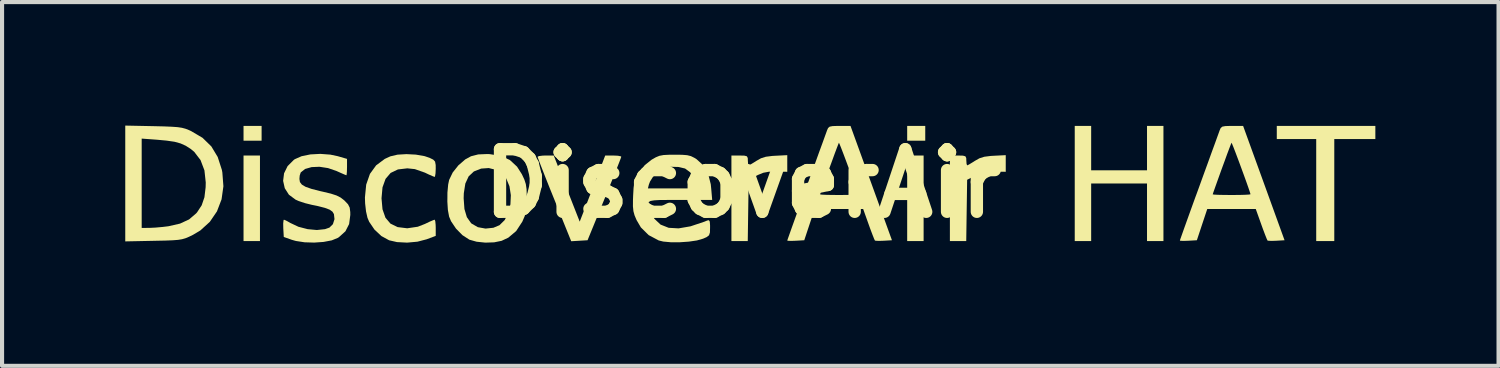
<source format=kicad_pcb>
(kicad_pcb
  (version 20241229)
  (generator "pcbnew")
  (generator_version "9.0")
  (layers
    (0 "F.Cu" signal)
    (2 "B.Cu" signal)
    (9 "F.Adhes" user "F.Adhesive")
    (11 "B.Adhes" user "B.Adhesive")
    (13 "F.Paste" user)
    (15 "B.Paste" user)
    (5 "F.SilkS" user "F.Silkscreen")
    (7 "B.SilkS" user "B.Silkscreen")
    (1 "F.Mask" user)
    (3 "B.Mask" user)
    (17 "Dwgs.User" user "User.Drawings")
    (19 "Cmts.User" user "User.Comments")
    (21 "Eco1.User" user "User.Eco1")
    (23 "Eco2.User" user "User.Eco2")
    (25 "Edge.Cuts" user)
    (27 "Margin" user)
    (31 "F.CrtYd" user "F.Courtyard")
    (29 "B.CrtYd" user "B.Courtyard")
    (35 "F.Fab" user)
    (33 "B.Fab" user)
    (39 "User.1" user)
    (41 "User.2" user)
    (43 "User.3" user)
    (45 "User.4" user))
  (footprint "DiscoverAir"
    (layer "F.Cu")
    (at 15.04 1.418)
    (property "Reference" "DiscoverAir" (at 0 0 0) (layer "F.SilkS") (effects (font (size 1.524 1.524) (thickness 0.3))))
    (attr board_only exclude_from_pos_files exclude_from_bom)
    (fp_poly (pts (xy -11.76 1.402) (xy -12.16 1.402) (xy -12.16 -0.681) (xy -11.76 -0.681)) (stroke (width 0) (type solid)) (fill yes) (layer "F.SilkS"))
    (fp_poly (pts (xy -11.72 -1.042) (xy -12.16 -1.042) (xy -12.16 -1.402) (xy -11.72 -1.402)) (stroke (width 0) (type solid)) (fill yes) (layer "F.SilkS"))
    (fp_poly (pts (xy 4.4 1.402) (xy 4 1.402) (xy 4 -0.681) (xy 4.4 -0.681)) (stroke (width 0) (type solid)) (fill yes) (layer "F.SilkS"))
    (fp_poly (pts (xy 4.44 -1.042) (xy 4 -1.042) (xy 4 -1.402) (xy 4.44 -1.402)) (stroke (width 0) (type solid)) (fill yes) (layer "F.SilkS"))
    (fp_poly (pts (xy 15.4 -1.082) (xy 14.4 -1.082) (xy 14.4 1.402) (xy 13.96 1.402) (xy 13.96 -1.082) (xy 13 -1.082) (xy 13 -1.402) (xy 15.4 -1.402)) (stroke (width 0) (type solid)) (fill yes) (layer "F.SilkS"))
    (fp_poly (pts (xy 8.48 -0.321) (xy 9.84 -0.321) (xy 9.84 -1.402) (xy 10.24 -1.402) (xy 10.24 1.402) (xy 9.84 1.402) (xy 9.84 0) (xy 8.48 0) (xy 8.48 1.402) (xy 8.08 1.402) (xy 8.08 -1.402) (xy 8.48 -1.402)) (stroke (width 0) (type solid)) (fill yes) (layer "F.SilkS"))
    (fp_poly (pts (xy 1.08 -0.285) (xy 0.806 -0.29) (xy 0.63 -0.286) (xy 0.496 -0.261) (xy 0.366 -0.208) (xy 0.336 -0.192) (xy 0.14 -0.09) (xy 0.118 1.402) (xy -0.28 1.402) (xy -0.28 -0.681) (xy -0.08 -0.681) (xy 0.038 -0.678) (xy 0.097 -0.662) (xy 0.118 -0.62) (xy 0.12 -0.561) (xy 0.126 -0.476) (xy 0.141 -0.441) (xy 0.141 -0.441) (xy 0.183 -0.461) (xy 0.269 -0.513) (xy 0.327 -0.55) (xy 0.44 -0.614) (xy 0.558 -0.651) (xy 0.715 -0.671) (xy 0.786 -0.675) (xy 1.08 -0.69)) (stroke (width 0) (type solid)) (fill yes) (layer "F.SilkS"))
    (fp_poly (pts (xy 6.4 -0.285) (xy 6.126 -0.29) (xy 5.95 -0.286) (xy 5.816 -0.261) (xy 5.686 -0.208) (xy 5.656 -0.192) (xy 5.46 -0.09) (xy 5.438 1.402) (xy 5.04 1.402) (xy 5.04 -0.681) (xy 5.24 -0.681) (xy 5.358 -0.678) (xy 5.417 -0.662) (xy 5.438 -0.62) (xy 5.44 -0.561) (xy 5.446 -0.476) (xy 5.461 -0.441) (xy 5.461 -0.441) (xy 5.503 -0.461) (xy 5.589 -0.513) (xy 5.647 -0.55) (xy 5.76 -0.614) (xy 5.878 -0.651) (xy 6.035 -0.671) (xy 6.106 -0.675) (xy 6.4 -0.69)) (stroke (width 0) (type solid)) (fill yes) (layer "F.SilkS"))
    (fp_poly (pts (xy -4.29 0.124) (xy -3.974 0.929) (xy -3.782 0.435) (xy -3.697 0.214) (xy -3.608 -0.014) (xy -3.529 -0.222) (xy -3.472 -0.371) (xy -3.353 -0.681) (xy -3.156 -0.681) (xy -3.044 -0.676) (xy -2.974 -0.662) (xy -2.962 -0.651) (xy -2.977 -0.607) (xy -3.018 -0.5) (xy -3.082 -0.338) (xy -3.165 -0.131) (xy -3.262 0.109) (xy -3.37 0.375) (xy -3.373 0.381) (xy -3.783 1.382) (xy -3.982 1.394) (xy -4.181 1.406) (xy -4.591 0.392) (xy -4.699 0.125) (xy -4.796 -0.118) (xy -4.878 -0.327) (xy -4.942 -0.492) (xy -4.984 -0.603) (xy -5 -0.65) (xy -5 -0.651) (xy -4.964 -0.668) (xy -4.872 -0.679) (xy -4.803 -0.681) (xy -4.606 -0.681)) (stroke (width 0) (type solid)) (fill yes) (layer "F.SilkS"))
    (fp_poly (pts (xy -7.963 -0.703) (xy -7.751 -0.666) (xy -7.63 -0.625) (xy -7.541 -0.581) (xy -7.496 -0.533) (xy -7.481 -0.451) (xy -7.48 -0.36) (xy -7.485 -0.246) (xy -7.497 -0.174) (xy -7.506 -0.16) (xy -7.553 -0.177) (xy -7.649 -0.219) (xy -7.743 -0.264) (xy -7.988 -0.35) (xy -8.172 -0.369) (xy -8.401 -0.342) (xy -8.578 -0.257) (xy -8.702 -0.112) (xy -8.776 0.094) (xy -8.8 0.361) (xy -8.776 0.629) (xy -8.704 0.834) (xy -8.582 0.977) (xy -8.408 1.062) (xy -8.18 1.09) (xy -8.169 1.09) (xy -7.917 1.053) (xy -7.743 0.985) (xy -7.626 0.929) (xy -7.538 0.892) (xy -7.506 0.881) (xy -7.491 0.917) (xy -7.482 1.009) (xy -7.48 1.079) (xy -7.48 1.276) (xy -7.702 1.359) (xy -7.925 1.417) (xy -8.177 1.44) (xy -8.423 1.427) (xy -8.615 1.383) (xy -8.803 1.28) (xy -8.972 1.122) (xy -9.101 0.932) (xy -9.142 0.835) (xy -9.177 0.681) (xy -9.199 0.488) (xy -9.204 0.342) (xy -9.173 0.027) (xy -9.082 -0.234) (xy -8.931 -0.442) (xy -8.72 -0.599) (xy -8.585 -0.661) (xy -8.411 -0.702) (xy -8.193 -0.715)) (stroke (width 0) (type solid)) (fill yes) (layer "F.SilkS"))
    (fp_poly (pts (xy -14.35 -1.396) (xy -14.095 -1.39) (xy -13.905 -1.382) (xy -13.765 -1.372) (xy -13.659 -1.356) (xy -13.573 -1.333) (xy -13.491 -1.301) (xy -13.438 -1.277) (xy -13.158 -1.112) (xy -12.944 -0.903) (xy -12.789 -0.646) (xy -12.688 -0.333) (xy -12.676 -0.27) (xy -12.65 0.067) (xy -12.695 0.386) (xy -12.807 0.679) (xy -12.981 0.934) (xy -13.211 1.143) (xy -13.39 1.25) (xy -13.489 1.298) (xy -13.573 1.333) (xy -13.657 1.357) (xy -13.756 1.373) (xy -13.886 1.383) (xy -14.063 1.39) (xy -14.302 1.395) (xy -14.349 1.396) (xy -15.04 1.41) (xy -15.04 -1.093) (xy -14.64 -1.093) (xy -14.64 1.082) (xy -14.45 1.081) (xy -14.306 1.074) (xy -14.127 1.058) (xy -13.988 1.041) (xy -13.707 0.977) (xy -13.486 0.875) (xy -13.312 0.726) (xy -13.29 0.7) (xy -13.179 0.531) (xy -13.112 0.335) (xy -13.083 0.093) (xy -13.08 -0.025) (xy -13.112 -0.32) (xy -13.207 -0.57) (xy -13.361 -0.771) (xy -13.443 -0.839) (xy -13.566 -0.918) (xy -13.692 -0.975) (xy -13.841 -1.016) (xy -14.033 -1.044) (xy -14.27 -1.066) (xy -14.64 -1.093) (xy -15.04 -1.093) (xy -15.04 -1.41)) (stroke (width 0) (type solid)) (fill yes) (layer "F.SilkS"))
    (fp_poly (pts (xy -6.167 -0.715) (xy -5.895 -0.671) (xy -5.675 -0.572) (xy -5.5 -0.41) (xy -5.382 -0.225) (xy -5.322 -0.097) (xy -5.286 0.015) (xy -5.268 0.139) (xy -5.263 0.308) (xy -5.263 0.357) (xy -5.267 0.544) (xy -5.282 0.681) (xy -5.315 0.799) (xy -5.37 0.926) (xy -5.372 0.93) (xy -5.521 1.158) (xy -5.712 1.319) (xy -5.876 1.396) (xy -6.058 1.433) (xy -6.272 1.44) (xy -6.484 1.418) (xy -6.657 1.369) (xy -6.662 1.367) (xy -6.83 1.258) (xy -6.986 1.099) (xy -7.107 0.919) (xy -7.154 0.807) (xy -7.184 0.646) (xy -7.197 0.44) (xy -7.196 0.361) (xy -6.8 0.361) (xy -6.781 0.622) (xy -6.722 0.82) (xy -6.62 0.964) (xy -6.607 0.976) (xy -6.454 1.064) (xy -6.267 1.098) (xy -6.076 1.078) (xy -5.928 1.016) (xy -5.801 0.891) (xy -5.711 0.714) (xy -5.661 0.505) (xy -5.651 0.284) (xy -5.684 0.07) (xy -5.761 -0.117) (xy -5.831 -0.211) (xy -5.993 -0.326) (xy -6.188 -0.376) (xy -6.373 -0.363) (xy -6.551 -0.293) (xy -6.678 -0.174) (xy -6.759 0.001) (xy -6.796 0.237) (xy -6.8 0.361) (xy -7.196 0.361) (xy -7.195 0.221) (xy -7.177 0.024) (xy -7.153 -0.088) (xy -7.067 -0.267) (xy -6.928 -0.442) (xy -6.762 -0.586) (xy -6.621 -0.663) (xy -6.445 -0.708) (xy -6.229 -0.717)) (stroke (width 0) (type solid)) (fill yes) (layer "F.SilkS"))
    (fp_poly (pts (xy 2.62 -1.402) (xy 3.125 -0.01) (xy 3.629 1.382) (xy 3.43 1.394) (xy 3.312 1.398) (xy 3.232 1.394) (xy 3.214 1.389) (xy 3.194 1.346) (xy 3.154 1.245) (xy 3.1 1.102) (xy 3.062 0.996) (xy 2.928 0.621) (xy 1.747 0.621) (xy 1.62 1.002) (xy 1.494 1.382) (xy 1.287 1.394) (xy 1.171 1.398) (xy 1.096 1.395) (xy 1.08 1.389) (xy 1.093 1.349) (xy 1.131 1.242) (xy 1.189 1.078) (xy 1.266 0.864) (xy 1.357 0.611) (xy 1.46 0.326) (xy 1.483 0.265) (xy 1.88 0.265) (xy 1.917 0.271) (xy 2.019 0.276) (xy 2.169 0.279) (xy 2.34 0.28) (xy 2.521 0.279) (xy 2.669 0.275) (xy 2.767 0.269) (xy 2.8 0.262) (xy 2.787 0.217) (xy 2.752 0.113) (xy 2.701 -0.032) (xy 2.638 -0.206) (xy 2.57 -0.392) (xy 2.502 -0.576) (xy 2.439 -0.743) (xy 2.387 -0.878) (xy 2.351 -0.966) (xy 2.338 -0.993) (xy 2.321 -0.953) (xy 2.283 -0.854) (xy 2.229 -0.71) (xy 2.166 -0.536) (xy 2.097 -0.349) (xy 2.03 -0.162) (xy 1.969 0.008) (xy 1.92 0.146) (xy 1.888 0.237) (xy 1.88 0.265) (xy 1.483 0.265) (xy 1.545 0.095) (xy 1.656 -0.212) (xy 1.761 -0.5) (xy 1.854 -0.758) (xy 1.934 -0.976) (xy 1.995 -1.145) (xy 2.035 -1.255) (xy 2.048 -1.292) (xy 2.074 -1.351) (xy 2.113 -1.384) (xy 2.186 -1.398) (xy 2.312 -1.402) (xy 2.354 -1.402)) (stroke (width 0) (type solid)) (fill yes) (layer "F.SilkS"))
    (fp_poly (pts (xy 12.18 -1.402) (xy 12.685 -0.01) (xy 13.189 1.382) (xy 12.99 1.394) (xy 12.872 1.398) (xy 12.792 1.394) (xy 12.774 1.389) (xy 12.754 1.346) (xy 12.714 1.245) (xy 12.66 1.102) (xy 12.622 0.996) (xy 12.488 0.621) (xy 11.307 0.621) (xy 11.18 1.002) (xy 11.054 1.382) (xy 10.847 1.394) (xy 10.731 1.398) (xy 10.656 1.395) (xy 10.64 1.389) (xy 10.653 1.349) (xy 10.691 1.242) (xy 10.749 1.078) (xy 10.826 0.864) (xy 10.917 0.611) (xy 11.02 0.326) (xy 11.043 0.265) (xy 11.44 0.265) (xy 11.477 0.271) (xy 11.579 0.276) (xy 11.729 0.279) (xy 11.9 0.28) (xy 12.081 0.279) (xy 12.229 0.275) (xy 12.327 0.269) (xy 12.36 0.262) (xy 12.347 0.217) (xy 12.312 0.113) (xy 12.261 -0.032) (xy 12.198 -0.206) (xy 12.13 -0.392) (xy 12.062 -0.576) (xy 11.999 -0.743) (xy 11.947 -0.878) (xy 11.911 -0.966) (xy 11.898 -0.993) (xy 11.881 -0.953) (xy 11.843 -0.854) (xy 11.789 -0.71) (xy 11.726 -0.536) (xy 11.657 -0.349) (xy 11.59 -0.162) (xy 11.529 0.008) (xy 11.48 0.146) (xy 11.448 0.237) (xy 11.44 0.265) (xy 11.043 0.265) (xy 11.105 0.095) (xy 11.216 -0.212) (xy 11.321 -0.5) (xy 11.414 -0.758) (xy 11.494 -0.976) (xy 11.555 -1.145) (xy 11.595 -1.255) (xy 11.608 -1.292) (xy 11.634 -1.351) (xy 11.673 -1.384) (xy 11.746 -1.398) (xy 11.872 -1.402) (xy 11.914 -1.402)) (stroke (width 0) (type solid)) (fill yes) (layer "F.SilkS"))
    (fp_poly (pts (xy -10.047 -0.703) (xy -9.866 -0.665) (xy -9.64 -0.599) (xy -9.64 -0.4) (xy -9.643 -0.286) (xy -9.65 -0.213) (xy -9.655 -0.2) (xy -9.697 -0.216) (xy -9.789 -0.256) (xy -9.896 -0.304) (xy -10.102 -0.375) (xy -10.31 -0.407) (xy -10.502 -0.399) (xy -10.66 -0.354) (xy -10.765 -0.271) (xy -10.769 -0.264) (xy -10.792 -0.193) (xy -10.799 -0.111) (xy -10.787 -0.035) (xy -10.74 0.027) (xy -10.649 0.081) (xy -10.503 0.132) (xy -10.291 0.186) (xy -10.229 0.2) (xy -10.033 0.247) (xy -9.895 0.292) (xy -9.795 0.343) (xy -9.712 0.407) (xy -9.699 0.419) (xy -9.616 0.506) (xy -9.575 0.587) (xy -9.561 0.695) (xy -9.56 0.766) (xy -9.589 0.988) (xy -9.679 1.164) (xy -9.837 1.307) (xy -9.865 1.325) (xy -10.012 1.385) (xy -10.212 1.423) (xy -10.44 1.439) (xy -10.672 1.432) (xy -10.883 1.4) (xy -10.98 1.373) (xy -11.18 1.302) (xy -11.192 1.092) (xy -11.194 0.974) (xy -11.186 0.898) (xy -11.177 0.881) (xy -11.128 0.901) (xy -11.042 0.948) (xy -11.022 0.96) (xy -10.823 1.054) (xy -10.599 1.112) (xy -10.375 1.133) (xy -10.176 1.112) (xy -10.068 1.074) (xy -9.984 0.991) (xy -9.945 0.868) (xy -9.959 0.745) (xy -9.995 0.686) (xy -10.064 0.637) (xy -10.178 0.594) (xy -10.349 0.55) (xy -10.5 0.519) (xy -10.661 0.479) (xy -10.815 0.428) (xy -10.892 0.394) (xy -11.055 0.273) (xy -11.156 0.115) (xy -11.196 -0.064) (xy -11.173 -0.248) (xy -11.087 -0.423) (xy -10.939 -0.572) (xy -10.911 -0.592) (xy -10.747 -0.664) (xy -10.533 -0.708) (xy -10.291 -0.721)) (stroke (width 0) (type solid)) (fill yes) (layer "F.SilkS"))
    (fp_poly (pts (xy -1.48 -0.699) (xy -1.356 -0.689) (xy -1.265 -0.666) (xy -1.184 -0.626) (xy -1.128 -0.591) (xy -0.962 -0.44) (xy -0.848 -0.24) (xy -0.783 0.018) (xy -0.772 0.124) (xy -0.748 0.401) (xy -1.534 0.401) (xy -1.81 0.401) (xy -2.015 0.402) (xy -2.159 0.41) (xy -2.25 0.425) (xy -2.297 0.452) (xy -2.31 0.494) (xy -2.298 0.553) (xy -2.269 0.634) (xy -2.262 0.654) (xy -2.156 0.859) (xy -2.005 1.001) (xy -1.808 1.079) (xy -1.566 1.093) (xy -1.276 1.043) (xy -0.938 0.93) (xy -0.87 0.902) (xy -0.828 0.894) (xy -0.807 0.928) (xy -0.8 1.018) (xy -0.8 1.073) (xy -0.803 1.193) (xy -0.825 1.261) (xy -0.884 1.306) (xy -0.97 1.344) (xy -1.12 1.387) (xy -1.318 1.416) (xy -1.538 1.431) (xy -1.755 1.431) (xy -1.94 1.414) (xy -2.05 1.387) (xy -2.295 1.257) (xy -2.485 1.069) (xy -2.589 0.892) (xy -2.638 0.777) (xy -2.666 0.675) (xy -2.678 0.558) (xy -2.677 0.401) (xy -2.673 0.301) (xy -2.662 0.12) (xy -2.313 0.12) (xy -1.16 0.12) (xy -1.16 0.016) (xy -1.195 -0.135) (xy -1.284 -0.273) (xy -1.408 -0.364) (xy -1.411 -0.365) (xy -1.567 -0.402) (xy -1.754 -0.407) (xy -1.927 -0.379) (xy -1.966 -0.366) (xy -2.072 -0.296) (xy -2.179 -0.179) (xy -2.262 -0.047) (xy -2.291 0.03) (xy -2.313 0.12) (xy -2.662 0.12) (xy -2.662 0.114) (xy -2.644 -0.018) (xy -2.614 -0.121) (xy -2.565 -0.219) (xy -2.537 -0.265) (xy -2.388 -0.448) (xy -2.222 -0.58) (xy -2.121 -0.638) (xy -2.033 -0.674) (xy -1.931 -0.693) (xy -1.793 -0.7) (xy -1.66 -0.701)) (stroke (width 0) (type solid)) (fill yes) (layer "F.SilkS")))
  (gr_rect
    (start -3 -3)
    (end 33.44 5.858)
    (stroke (width 0.1) (type default))
    (fill no)
    (layer "Edge.Cuts")))
</source>
